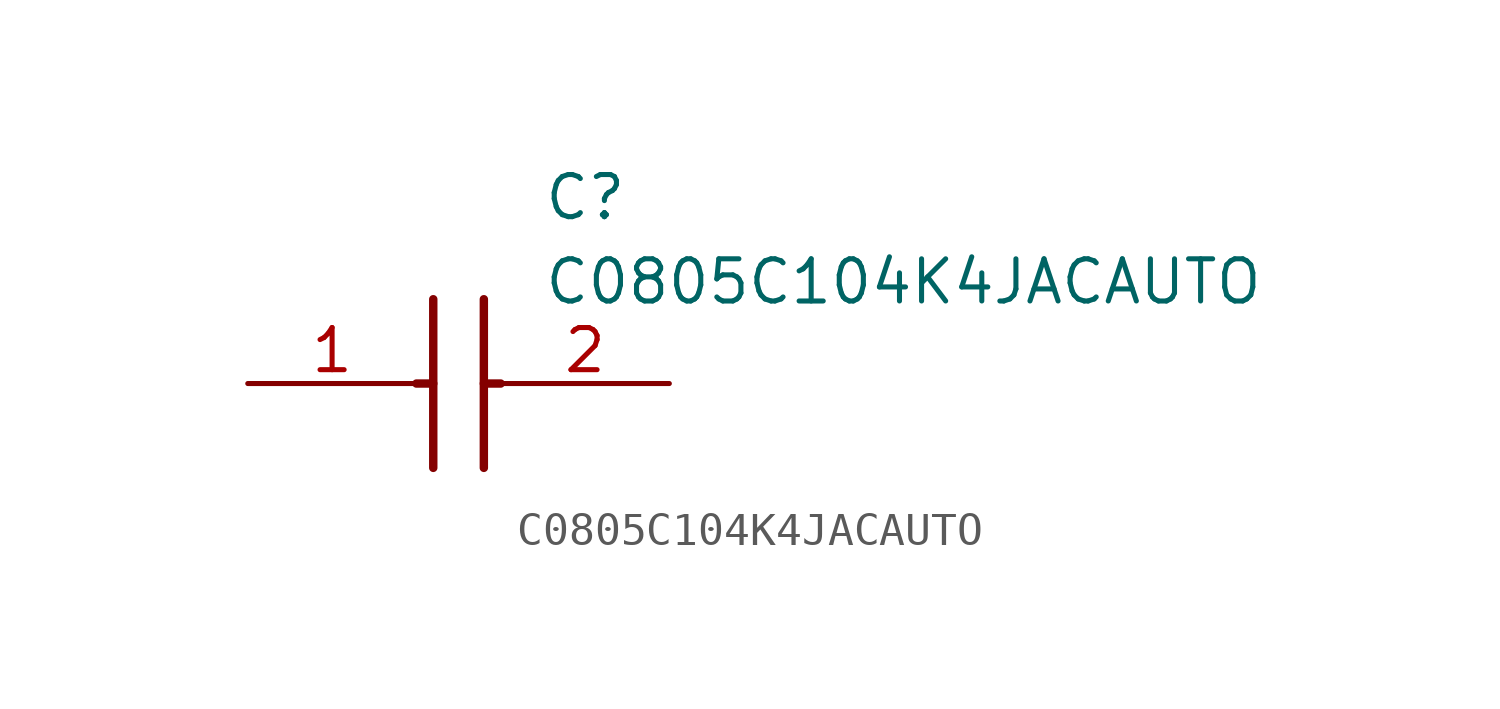
<source format=kicad_sym>
(kicad_symbol_lib
  (version 20211014)
  (generator SamacSys_ECAD_Model)
  (symbol "C0805C104K4JACAUTO"
    (pin_names hide)
    (property "Reference" "C"
      (at 8.89 6.35 0)
      (effects (font (size 1.27 1.27)) (justify left top)))
    (property "Value" "C0805C104K4JACAUTO"
      (at 8.89 3.81 0)
      (effects (font (size 1.27 1.27)) (justify left top)))
    (polyline
      (pts (xy 5.588 2.54) (xy 5.588 -2.54))
      (stroke (width 0.254) (type default))
      (fill (type none)))
    (polyline
      (pts (xy 7.112 2.54) (xy 7.112 -2.54))
      (stroke (width 0.254) (type default))
      (fill (type none)))
    (polyline
      (pts (xy 5.08 0) (xy 5.588 0))
      (stroke (width 0.254) (type default))
      (fill (type none)))
    (polyline
      (pts (xy 7.112 0) (xy 7.62 0))
      (stroke (width 0.254) (type default))
      (fill (type none)))
    (pin passive line
      (at 0 0 0)
      (length 5.08)
      (name "1" (effects (font (size 1.27 1.27))))
      (number "1" (effects (font (size 1.27 1.27)))))
    (pin passive line
      (at 12.7 0 180)
      (length 5.08)
      (name "2" (effects (font (size 1.27 1.27))))
      (number "2" (effects (font (size 1.27 1.27)))))))
</source>
